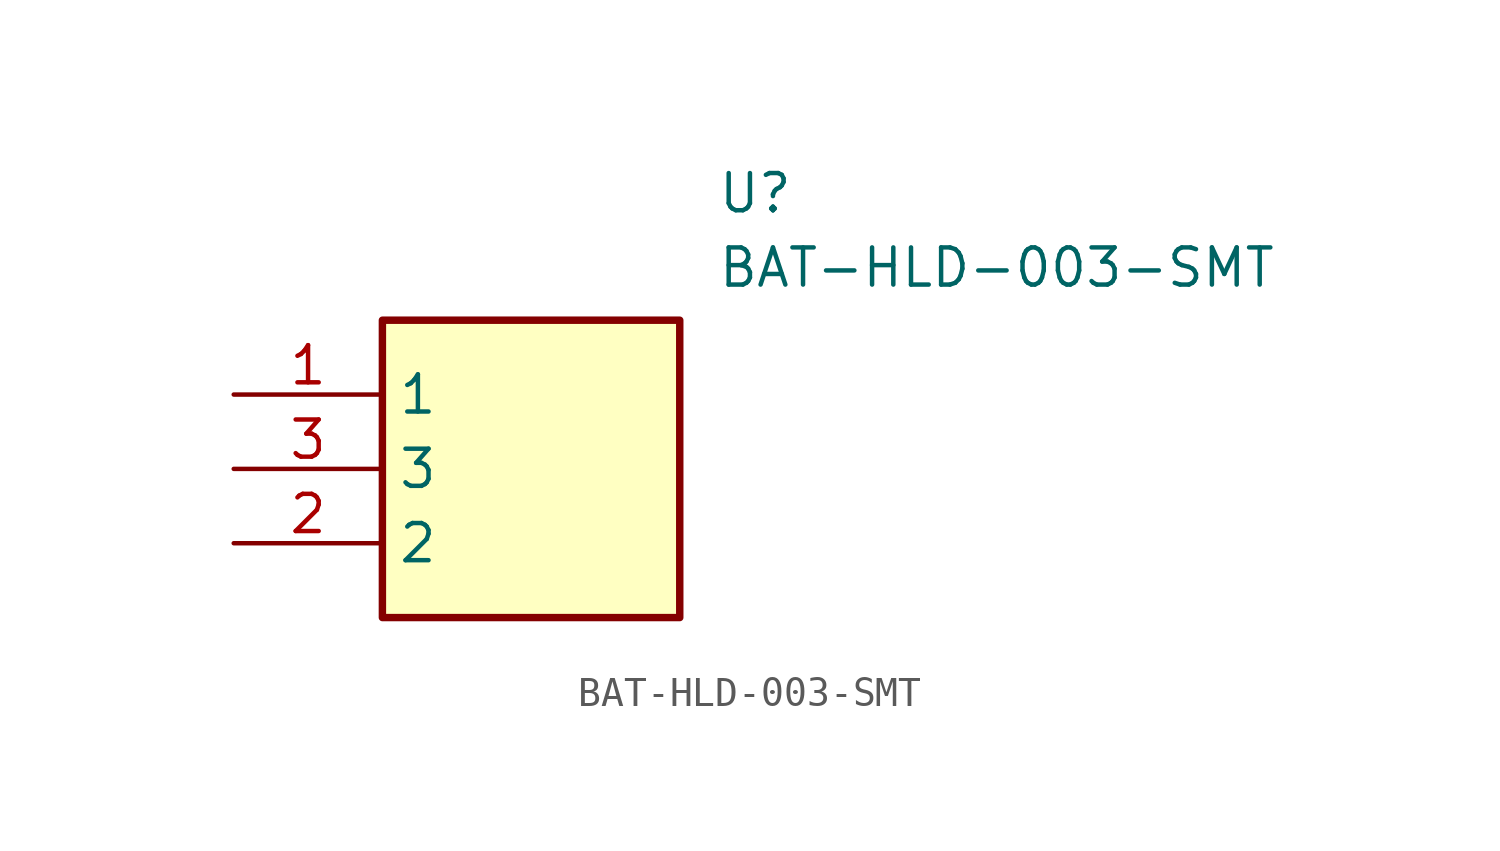
<source format=kicad_sym>
(kicad_symbol_lib
  (version 20211014)
  (generator SamacSys_ECAD_Model)
  (symbol "BAT-HLD-003-SMT"
    (property "Reference" "U"
      (at 16.51 7.62 0)
      (effects (font (size 1.27 1.27)) (justify left top)))
    (property "Value" "BAT-HLD-003-SMT"
      (at 16.51 5.08 0)
      (effects (font (size 1.27 1.27)) (justify left top)))
    (rectangle
      (start 5.08 2.54)
      (end 15.24 -7.62)
      (stroke (width 0.254) (type default))
      (fill (type background)))
    (pin passive line
      (at 0 0 0)
      (length 5.08)
      (name "1" (effects (font (size 1.27 1.27))))
      (number "1" (effects (font (size 1.27 1.27)))))
    (pin passive line
      (at 0 -5.08 0)
      (length 5.08)
      (name "2" (effects (font (size 1.27 1.27))))
      (number "2" (effects (font (size 1.27 1.27)))))
    (pin passive line
      (at 0 -2.54 0)
      (length 5.08)
      (name "3" (effects (font (size 1.27 1.27))))
      (number "3" (effects (font (size 1.27 1.27)))))))
</source>
